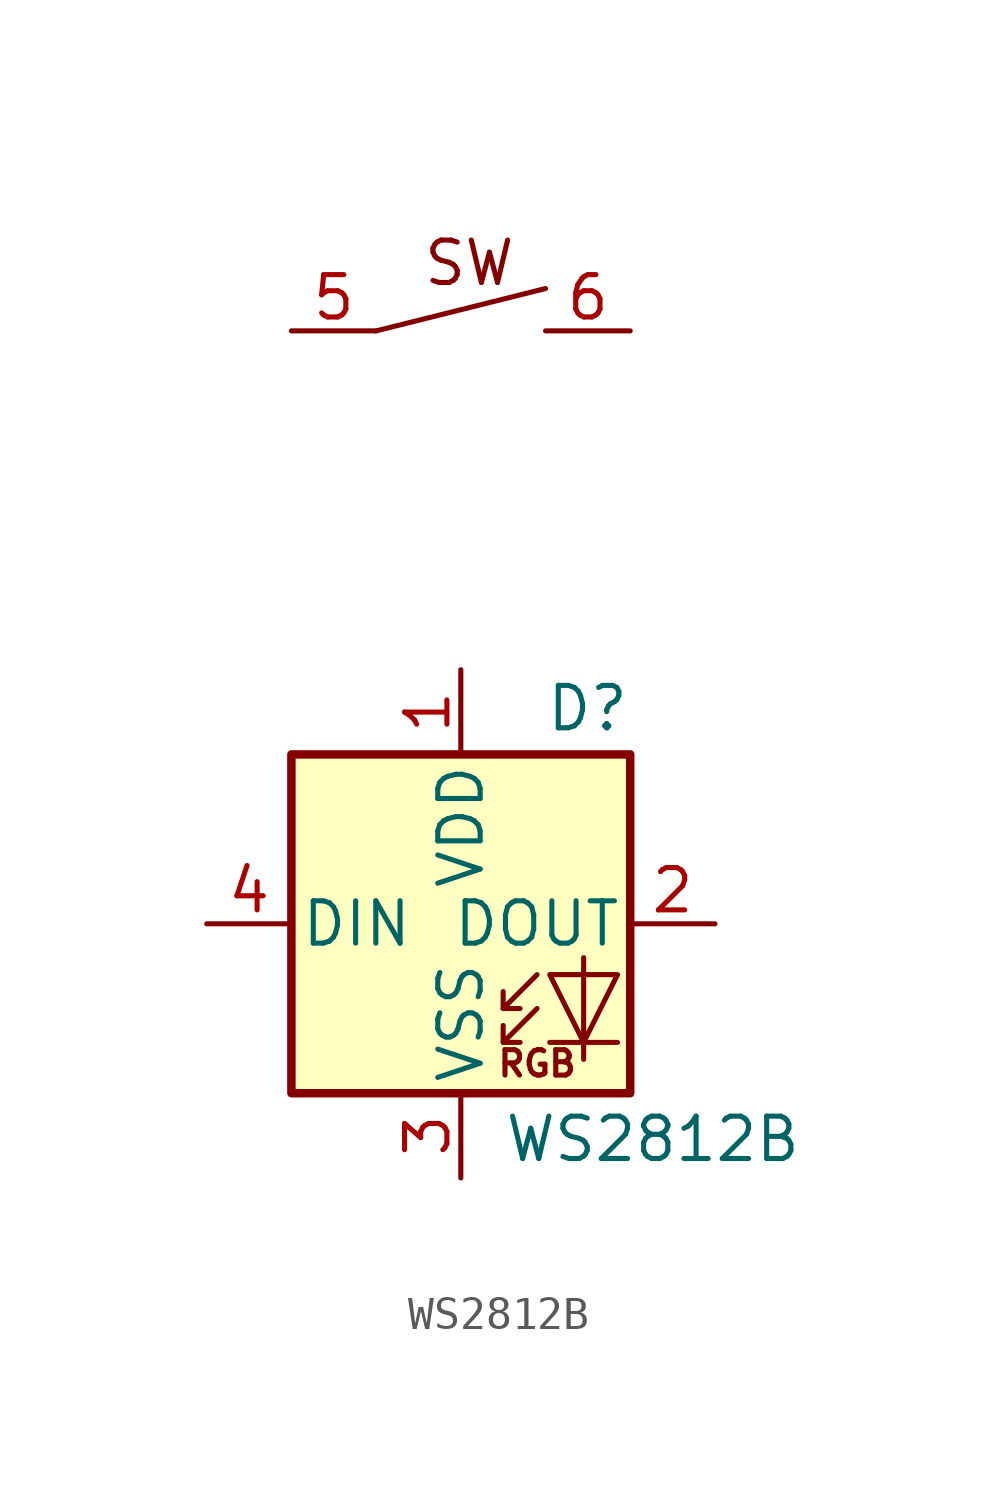
<source format=kicad_sym>
(kicad_symbol_lib
  (version 20231120)
  (generator "kicad_symbol_editor")
  (generator_version "8.0")
  (symbol "WS2812B"
    (pin_names
      (offset 0.254))
    (property "Reference" "D"
      (at 5.08 5.715 0)
      (effects (font (size 1.27 1.27)) (justify right bottom)))
    (property "Value" "WS2812B"
      (at 1.27 -5.715 0)
      (effects (font (size 1.27 1.27)) (justify left top)))
    (symbol "WS2812B_0_0"
      (text "RGB" (at 2.286 -4.191 0) (effects (font (size 0.762 0.762)))))
    (symbol "WS2812B_0_1"
      (polyline (pts (xy 1.27 -3.556) (xy 1.778 -3.556)) (stroke (width 0) (type default)) (fill (type none)))
      (polyline (pts (xy 1.27 -2.54) (xy 1.778 -2.54)) (stroke (width 0) (type default)) (fill (type none)))
      (polyline (pts (xy 4.699 -3.556) (xy 2.667 -3.556)) (stroke (width 0) (type default)) (fill (type none)))
      (polyline (pts (xy 2.286 -2.54) (xy 1.27 -3.556) (xy 1.27 -3.048)) (stroke (width 0) (type default)) (fill (type none)))
      (polyline (pts (xy 2.286 -1.524) (xy 1.27 -2.54) (xy 1.27 -2.032)) (stroke (width 0) (type default)) (fill (type none)))
      (polyline (pts (xy 3.683 -1.016) (xy 3.683 -3.556) (xy 3.683 -4.064)) (stroke (width 0) (type default)) (fill (type none)))
      (polyline (pts (xy 4.699 -1.524) (xy 2.667 -1.524) (xy 3.683 -3.556) (xy 4.699 -1.524)) (stroke (width 0) (type default)) (fill (type none)))
      (rectangle (start 5.08 5.08) (end -5.08 -5.08) (stroke (width 0.254) (type default)) (fill (type background))))
    (symbol "WS2812B_1_1"
      (polyline (pts (xy -2.54 17.78) (xy 2.54 19.05)) (stroke (width 0) (type default)) (fill (type none)))
      (text "SW" (at 0.254 19.812 0) (effects (font (size 1.27 1.27))))
      (pin power_in line (at 0 7.62 270) (length 2.54) (name "VDD" (effects (font (size 1.27 1.27)))) (number "1" (effects (font (size 1.27 1.27)))))
      (pin output line (at 7.62 0 180) (length 2.54) (name "DOUT" (effects (font (size 1.27 1.27)))) (number "2" (effects (font (size 1.27 1.27)))))
      (pin power_in line (at 0 -7.62 90) (length 2.54) (name "VSS" (effects (font (size 1.27 1.27)))) (number "3" (effects (font (size 1.27 1.27)))))
      (pin input line (at -7.62 0 0) (length 2.54) (name "DIN" (effects (font (size 1.27 1.27)))) (number "4" (effects (font (size 1.27 1.27)))))
      (pin passive line (at -5.08 17.78 0) (length 2.54) (name "" (effects (font (size 1.27 1.27)))) (number "5" (effects (font (size 1.27 1.27)))))
      (pin passive line (at 5.08 17.78 180) (length 2.54) (name "" (effects (font (size 1.27 1.27)))) (number "6" (effects (font (size 1.27 1.27))))))))
</source>
